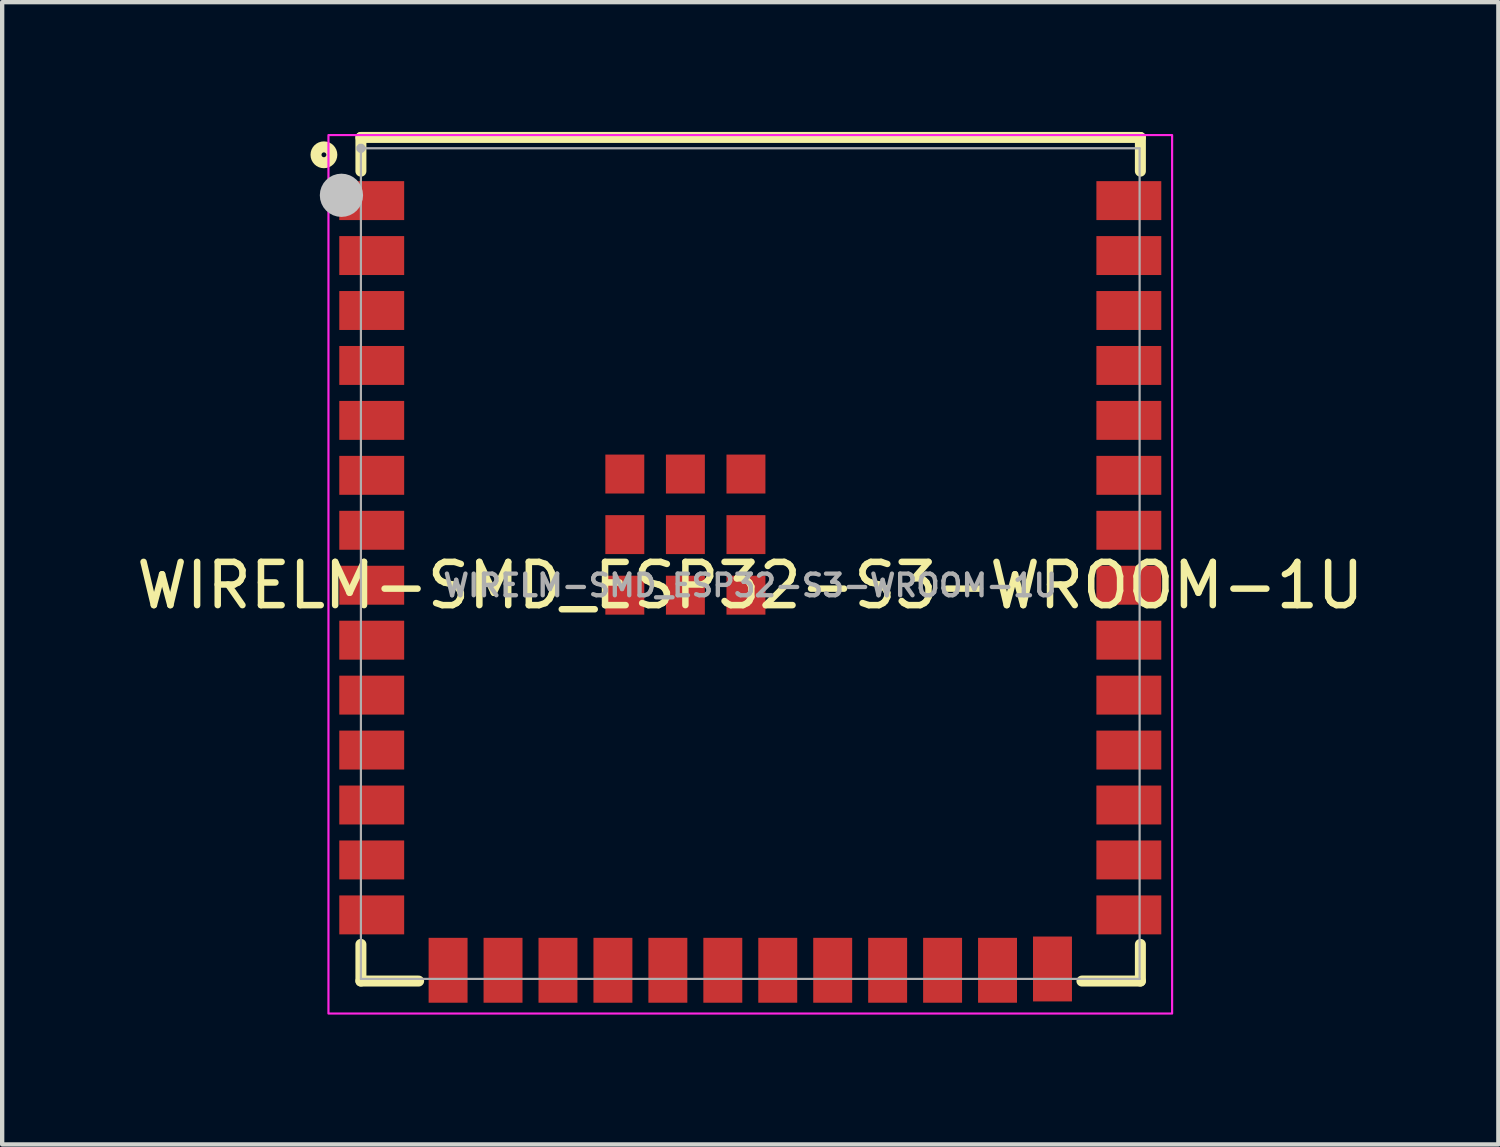
<source format=kicad_pcb>
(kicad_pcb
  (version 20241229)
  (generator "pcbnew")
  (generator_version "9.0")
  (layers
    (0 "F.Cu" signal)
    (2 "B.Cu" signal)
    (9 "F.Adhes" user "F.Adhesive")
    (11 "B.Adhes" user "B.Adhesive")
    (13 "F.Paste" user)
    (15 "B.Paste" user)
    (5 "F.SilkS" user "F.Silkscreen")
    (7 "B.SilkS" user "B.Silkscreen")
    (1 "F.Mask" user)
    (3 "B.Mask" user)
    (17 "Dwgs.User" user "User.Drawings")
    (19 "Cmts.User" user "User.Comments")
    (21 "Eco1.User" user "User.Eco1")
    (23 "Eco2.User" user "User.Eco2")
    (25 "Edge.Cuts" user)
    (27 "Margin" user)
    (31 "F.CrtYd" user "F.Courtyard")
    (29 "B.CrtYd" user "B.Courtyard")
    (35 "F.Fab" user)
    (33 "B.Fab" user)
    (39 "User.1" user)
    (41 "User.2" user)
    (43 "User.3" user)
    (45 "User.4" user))
  (footprint "WIRELM-SMD_ESP32-S3-WROOM-1U"
    (layer "F.Cu")
    (at 14.292 10.482)
    (property "Reference" "WIRELM-SMD_ESP32-S3-WROOM-1U" (at 0 0 0) (layer "F.SilkS") (effects (font (size 1 1) (thickness 0.15))))
    (fp_line (start -9 -10.355) (end 9.017 -10.355) (stroke (width 0.254) (type default)) (layer "F.SilkS"))
    (fp_line (start -9 -10.355) (end -9 -9.576) (stroke (width 0.254) (type default)) (layer "F.SilkS"))
    (fp_line (start -9 8.296) (end -9 9.144) (stroke (width 0.254) (type default)) (layer "F.SilkS"))
    (fp_line (start -9 9.144) (end -7.666 9.144) (stroke (width 0.254) (type default)) (layer "F.SilkS"))
    (fp_line (start 7.666 9.144) (end 9.017 9.144) (stroke (width 0.254) (type default)) (layer "F.SilkS"))
    (fp_line (start 9.017 -9.576) (end 9.017 -10.355) (stroke (width 0.254) (type default)) (layer "F.SilkS"))
    (fp_line (start 9.017 9.144) (end 9.017 8.296) (stroke (width 0.254) (type default)) (layer "F.SilkS"))
    (fp_circle (center -9.855 -9.954) (end -9.672 -9.954) (stroke (width 0.254) (type default)) (fill no) (layer "F.SilkS"))
    (fp_circle (center -9.45 -9.018) (end -9.2 -9.018) (stroke (width 0.5) (type default)) (fill no) (layer "Dwgs.User"))
    (fp_rect (start -9.75 -10.41) (end 9.75 9.895) (stroke (width 0.05) (type default)) (fill no) (layer "F.CrtYd"))
    (fp_line (start -9 -10.105) (end 8.999 -10.105) (stroke (width 0.051) (type default)) (layer "F.Fab"))
    (fp_line (start -9 9.095) (end -9 -10.105) (stroke (width 0.051) (type default)) (layer "F.Fab"))
    (fp_line (start 8.999 -10.105) (end 8.999 9.095) (stroke (width 0.051) (type default)) (layer "F.Fab"))
    (fp_line (start 8.999 9.095) (end -9 9.095) (stroke (width 0.051) (type default)) (layer "F.Fab"))
    (fp_poly (pts (xy -8.945 -10.128) (xy -8.978 -10.16) (xy -9.023 -10.16) (xy -9.056 -10.128) (xy -9.056 -10.082) (xy -9.023 -10.05) (xy -8.978 -10.05) (xy -8.945 -10.082)) (stroke (width 0.1) (type default)) (fill no) (layer "F.Fab"))
    (fp_poly (pts (xy -9 -9.32) (xy -8.1 -9.32) (xy -8.1 -8.47) (xy -9 -8.47)) (stroke (width 0.1) (type default)) (fill no) (layer "User.1"))
    (fp_poly (pts (xy -9 -8.05) (xy -8.1 -8.05) (xy -8.1 -7.2) (xy -9 -7.2)) (stroke (width 0.1) (type default)) (fill no) (layer "User.1"))
    (fp_poly (pts (xy -9 -6.78) (xy -8.1 -6.78) (xy -8.1 -5.93) (xy -9 -5.93)) (stroke (width 0.1) (type default)) (fill no) (layer "User.1"))
    (fp_poly (pts (xy -9 -5.51) (xy -8.1 -5.51) (xy -8.1 -4.66) (xy -9 -4.66)) (stroke (width 0.1) (type default)) (fill no) (layer "User.1"))
    (fp_poly (pts (xy -9 -4.24) (xy -8.1 -4.24) (xy -8.1 -3.39) (xy -9 -3.39)) (stroke (width 0.1) (type default)) (fill no) (layer "User.1"))
    (fp_poly (pts (xy -9 -2.97) (xy -8.1 -2.97) (xy -8.1 -2.12) (xy -9 -2.12)) (stroke (width 0.1) (type default)) (fill no) (layer "User.1"))
    (fp_poly (pts (xy -9 -1.7) (xy -8.1 -1.7) (xy -8.1 -0.85) (xy -9 -0.85)) (stroke (width 0.1) (type default)) (fill no) (layer "User.1"))
    (fp_poly (pts (xy -9 -0.43) (xy -8.1 -0.43) (xy -8.1 0.42) (xy -9 0.42)) (stroke (width 0.1) (type default)) (fill no) (layer "User.1"))
    (fp_poly (pts (xy -9 0.84) (xy -8.1 0.84) (xy -8.1 1.69) (xy -9 1.69)) (stroke (width 0.1) (type default)) (fill no) (layer "User.1"))
    (fp_poly (pts (xy -9 2.11) (xy -8.1 2.11) (xy -8.1 2.96) (xy -9 2.96)) (stroke (width 0.1) (type default)) (fill no) (layer "User.1"))
    (fp_poly (pts (xy -9 3.38) (xy -8.1 3.38) (xy -8.1 4.23) (xy -9 4.23)) (stroke (width 0.1) (type default)) (fill no) (layer "User.1"))
    (fp_poly (pts (xy -9 4.65) (xy -8.1 4.65) (xy -8.1 5.5) (xy -9 5.5)) (stroke (width 0.1) (type default)) (fill no) (layer "User.1"))
    (fp_poly (pts (xy -9 5.92) (xy -8.1 5.92) (xy -8.1 6.77) (xy -9 6.77)) (stroke (width 0.1) (type default)) (fill no) (layer "User.1"))
    (fp_poly (pts (xy -9 7.19) (xy -8.1 7.19) (xy -8.1 8.04) (xy -9 8.04)) (stroke (width 0.1) (type default)) (fill no) (layer "User.1"))
    (fp_poly (pts (xy -6.56 8.195) (xy -6.56 9.095) (xy -7.41 9.095) (xy -7.41 8.195)) (stroke (width 0.1) (type default)) (fill no) (layer "User.1"))
    (fp_poly (pts (xy -5.29 8.195) (xy -5.29 9.095) (xy -6.14 9.095) (xy -6.14 8.195)) (stroke (width 0.1) (type default)) (fill no) (layer "User.1"))
    (fp_poly (pts (xy -4.02 8.195) (xy -4.02 9.095) (xy -4.87 9.095) (xy -4.87 8.195)) (stroke (width 0.1) (type default)) (fill no) (layer "User.1"))
    (fp_poly (pts (xy -3.35 -2.125) (xy -3.35 -3.025) (xy -2.45 -3.025) (xy -2.45 -2.125)) (stroke (width 0.1) (type default)) (fill no) (layer "User.1"))
    (fp_poly (pts (xy -3.35 -0.725) (xy -3.35 -1.625) (xy -2.45 -1.625) (xy -2.45 -0.725)) (stroke (width 0.1) (type default)) (fill no) (layer "User.1"))
    (fp_poly (pts (xy -3.35 0.675) (xy -3.35 -0.225) (xy -2.45 -0.225) (xy -2.45 0.675)) (stroke (width 0.1) (type default)) (fill no) (layer "User.1"))
    (fp_poly (pts (xy -2.75 8.195) (xy -2.75 9.095) (xy -3.6 9.095) (xy -3.6 8.195)) (stroke (width 0.1) (type default)) (fill no) (layer "User.1"))
    (fp_poly (pts (xy -1.95 -2.125) (xy -1.95 -3.025) (xy -1.05 -3.025) (xy -1.05 -2.125)) (stroke (width 0.1) (type default)) (fill no) (layer "User.1"))
    (fp_poly (pts (xy -1.95 -0.725) (xy -1.95 -1.625) (xy -1.05 -1.625) (xy -1.05 -0.725)) (stroke (width 0.1) (type default)) (fill no) (layer "User.1"))
    (fp_poly (pts (xy -1.95 0.675) (xy -1.95 -0.225) (xy -1.05 -0.225) (xy -1.05 0.675)) (stroke (width 0.1) (type default)) (fill no) (layer "User.1"))
    (fp_poly (pts (xy -1.48 8.195) (xy -1.48 9.095) (xy -2.33 9.095) (xy -2.33 8.195)) (stroke (width 0.1) (type default)) (fill no) (layer "User.1"))
    (fp_poly (pts (xy -0.55 -2.125) (xy -0.55 -3.025) (xy 0.35 -3.025) (xy 0.35 -2.125)) (stroke (width 0.1) (type default)) (fill no) (layer "User.1"))
    (fp_poly (pts (xy -0.55 -0.725) (xy -0.55 -1.625) (xy 0.35 -1.625) (xy 0.35 -0.725)) (stroke (width 0.1) (type default)) (fill no) (layer "User.1"))
    (fp_poly (pts (xy -0.55 0.675) (xy -0.55 -0.225) (xy 0.35 -0.225) (xy 0.35 0.675)) (stroke (width 0.1) (type default)) (fill no) (layer "User.1"))
    (fp_poly (pts (xy -0.21 8.195) (xy -0.21 9.095) (xy -1.06 9.095) (xy -1.06 8.195)) (stroke (width 0.1) (type default)) (fill no) (layer "User.1"))
    (fp_poly (pts (xy 1.06 8.195) (xy 1.06 9.095) (xy 0.21 9.095) (xy 0.21 8.195)) (stroke (width 0.1) (type default)) (fill no) (layer "User.1"))
    (fp_poly (pts (xy 2.33 8.195) (xy 2.33 9.095) (xy 1.48 9.095) (xy 1.48 8.195)) (stroke (width 0.1) (type default)) (fill no) (layer "User.1"))
    (fp_poly (pts (xy 3.6 8.195) (xy 3.6 9.095) (xy 2.75 9.095) (xy 2.75 8.195)) (stroke (width 0.1) (type default)) (fill no) (layer "User.1"))
    (fp_poly (pts (xy 4.87 8.195) (xy 4.87 9.095) (xy 4.02 9.095) (xy 4.02 8.195)) (stroke (width 0.1) (type default)) (fill no) (layer "User.1"))
    (fp_poly (pts (xy 6.14 8.195) (xy 6.14 9.095) (xy 5.29 9.095) (xy 5.29 8.195)) (stroke (width 0.1) (type default)) (fill no) (layer "User.1"))
    (fp_poly (pts (xy 7.41 8.195) (xy 7.41 9.095) (xy 6.56 9.095) (xy 6.56 8.195)) (stroke (width 0.1) (type default)) (fill no) (layer "User.1"))
    (fp_poly (pts (xy 8.999 -8.47) (xy 8.1 -8.47) (xy 8.1 -9.32) (xy 8.999 -9.32)) (stroke (width 0.1) (type default)) (fill no) (layer "User.1"))
    (fp_poly (pts (xy 8.999 -7.2) (xy 8.1 -7.2) (xy 8.1 -8.05) (xy 8.999 -8.05)) (stroke (width 0.1) (type default)) (fill no) (layer "User.1"))
    (fp_poly (pts (xy 8.999 -5.93) (xy 8.1 -5.93) (xy 8.1 -6.78) (xy 8.999 -6.78)) (stroke (width 0.1) (type default)) (fill no) (layer "User.1"))
    (fp_poly (pts (xy 8.999 -4.66) (xy 8.1 -4.66) (xy 8.1 -5.51) (xy 8.999 -5.51)) (stroke (width 0.1) (type default)) (fill no) (layer "User.1"))
    (fp_poly (pts (xy 8.999 -3.39) (xy 8.1 -3.39) (xy 8.1 -4.24) (xy 8.999 -4.24)) (stroke (width 0.1) (type default)) (fill no) (layer "User.1"))
    (fp_poly (pts (xy 8.999 -2.12) (xy 8.1 -2.12) (xy 8.1 -2.97) (xy 8.999 -2.97)) (stroke (width 0.1) (type default)) (fill no) (layer "User.1"))
    (fp_poly (pts (xy 8.999 -0.85) (xy 8.1 -0.85) (xy 8.1 -1.7) (xy 8.999 -1.7)) (stroke (width 0.1) (type default)) (fill no) (layer "User.1"))
    (fp_poly (pts (xy 8.999 0.42) (xy 8.1 0.42) (xy 8.1 -0.43) (xy 8.999 -0.43)) (stroke (width 0.1) (type default)) (fill no) (layer "User.1"))
    (fp_poly (pts (xy 8.999 1.69) (xy 8.1 1.69) (xy 8.1 0.84) (xy 8.999 0.84)) (stroke (width 0.1) (type default)) (fill no) (layer "User.1"))
    (fp_poly (pts (xy 8.999 2.96) (xy 8.1 2.96) (xy 8.1 2.11) (xy 8.999 2.11)) (stroke (width 0.1) (type default)) (fill no) (layer "User.1"))
    (fp_poly (pts (xy 8.999 4.23) (xy 8.1 4.23) (xy 8.1 3.38) (xy 8.999 3.38)) (stroke (width 0.1) (type default)) (fill no) (layer "User.1"))
    (fp_poly (pts (xy 8.999 5.5) (xy 8.1 5.5) (xy 8.1 4.65) (xy 8.999 4.65)) (stroke (width 0.1) (type default)) (fill no) (layer "User.1"))
    (fp_poly (pts (xy 8.999 6.77) (xy 8.1 6.77) (xy 8.1 5.92) (xy 8.999 5.92)) (stroke (width 0.1) (type default)) (fill no) (layer "User.1"))
    (fp_poly (pts (xy 8.999 8.04) (xy 8.1 8.04) (xy 8.1 7.19) (xy 8.999 7.19)) (stroke (width 0.1) (type default)) (fill no) (layer "User.1"))
    (fp_text user "${REFERENCE}" (at 0 0 0) (layer "F.Fab") (effects (font (size 0.5 0.5) (thickness 0.1))))
    (pad "1" smd rect (at -8.75 -8.895) (size 1.5 0.9) (layers "F.Cu" "F.Mask" "F.Paste"))
    (pad "2" smd rect (at -8.75 -7.625) (size 1.5 0.9) (layers "F.Cu" "F.Mask" "F.Paste"))
    (pad "3" smd rect (at -8.75 -6.355) (size 1.5 0.9) (layers "F.Cu" "F.Mask" "F.Paste"))
    (pad "4" smd rect (at -8.75 -5.085) (size 1.5 0.9) (layers "F.Cu" "F.Mask" "F.Paste"))
    (pad "5" smd rect (at -8.75 -3.815) (size 1.5 0.9) (layers "F.Cu" "F.Mask" "F.Paste"))
    (pad "6" smd rect (at -8.75 -2.545) (size 1.5 0.9) (layers "F.Cu" "F.Mask" "F.Paste"))
    (pad "7" smd rect (at -8.75 -1.275) (size 1.5 0.9) (layers "F.Cu" "F.Mask" "F.Paste"))
    (pad "8" smd rect (at -8.75 -0.005) (size 1.5 0.9) (layers "F.Cu" "F.Mask" "F.Paste"))
    (pad "9" smd rect (at -8.75 1.265) (size 1.5 0.9) (layers "F.Cu" "F.Mask" "F.Paste"))
    (pad "10" smd rect (at -8.75 2.535) (size 1.5 0.9) (layers "F.Cu" "F.Mask" "F.Paste"))
    (pad "11" smd rect (at -8.75 3.805) (size 1.5 0.9) (layers "F.Cu" "F.Mask" "F.Paste"))
    (pad "12" smd rect (at -8.75 5.075) (size 1.5 0.9) (layers "F.Cu" "F.Mask" "F.Paste"))
    (pad "13" smd rect (at -8.75 6.345) (size 1.5 0.9) (layers "F.Cu" "F.Mask" "F.Paste"))
    (pad "14" smd rect (at -8.75 7.615) (size 1.5 0.9) (layers "F.Cu" "F.Mask" "F.Paste"))
    (pad "15" smd rect (at -6.985 8.895 90) (size 1.5 0.9) (layers "F.Cu" "F.Mask" "F.Paste"))
    (pad "16" smd rect (at -5.715 8.895 90) (size 1.5 0.9) (layers "F.Cu" "F.Mask" "F.Paste"))
    (pad "17" smd rect (at -4.445 8.895 90) (size 1.5 0.9) (layers "F.Cu" "F.Mask" "F.Paste"))
    (pad "18" smd rect (at -3.175 8.895 90) (size 1.5 0.9) (layers "F.Cu" "F.Mask" "F.Paste"))
    (pad "19" smd rect (at -1.905 8.895 90) (size 1.5 0.9) (layers "F.Cu" "F.Mask" "F.Paste"))
    (pad "20" smd rect (at -0.635 8.895 90) (size 1.5 0.9) (layers "F.Cu" "F.Mask" "F.Paste"))
    (pad "21" smd rect (at 0.635 8.895 90) (size 1.5 0.9) (layers "F.Cu" "F.Mask" "F.Paste"))
    (pad "22" smd rect (at 1.905 8.895 90) (size 1.5 0.9) (layers "F.Cu" "F.Mask" "F.Paste"))
    (pad "23" smd rect (at 3.175 8.895 90) (size 1.5 0.9) (layers "F.Cu" "F.Mask" "F.Paste"))
    (pad "24" smd rect (at 4.445 8.895 90) (size 1.5 0.9) (layers "F.Cu" "F.Mask" "F.Paste"))
    (pad "25" smd rect (at 5.715 8.895 90) (size 1.5 0.9) (layers "F.Cu" "F.Mask" "F.Paste"))
    (pad "26" smd rect (at 6.985 8.865 90) (size 1.5 0.9) (layers "F.Cu" "F.Mask" "F.Paste"))
    (pad "27" smd rect (at 8.75 7.615 180) (size 1.5 0.9) (layers "F.Cu" "F.Mask" "F.Paste"))
    (pad "28" smd rect (at 8.75 6.345 180) (size 1.5 0.9) (layers "F.Cu" "F.Mask" "F.Paste"))
    (pad "29" smd rect (at 8.75 5.075 180) (size 1.5 0.9) (layers "F.Cu" "F.Mask" "F.Paste"))
    (pad "30" smd rect (at 8.75 3.805 180) (size 1.5 0.9) (layers "F.Cu" "F.Mask" "F.Paste"))
    (pad "31" smd rect (at 8.75 2.535 180) (size 1.5 0.9) (layers "F.Cu" "F.Mask" "F.Paste"))
    (pad "32" smd rect (at 8.75 1.265 180) (size 1.5 0.9) (layers "F.Cu" "F.Mask" "F.Paste"))
    (pad "33" smd rect (at 8.75 -0.005 180) (size 1.5 0.9) (layers "F.Cu" "F.Mask" "F.Paste"))
    (pad "34" smd rect (at 8.75 -1.275 180) (size 1.5 0.9) (layers "F.Cu" "F.Mask" "F.Paste"))
    (pad "35" smd rect (at 8.75 -2.545 180) (size 1.5 0.9) (layers "F.Cu" "F.Mask" "F.Paste"))
    (pad "36" smd rect (at 8.75 -3.815 180) (size 1.5 0.9) (layers "F.Cu" "F.Mask" "F.Paste"))
    (pad "37" smd rect (at 8.75 -5.085 180) (size 1.5 0.9) (layers "F.Cu" "F.Mask" "F.Paste"))
    (pad "38" smd rect (at 8.75 -6.355 180) (size 1.5 0.9) (layers "F.Cu" "F.Mask" "F.Paste"))
    (pad "39" smd rect (at 8.75 -7.625 180) (size 1.5 0.9) (layers "F.Cu" "F.Mask" "F.Paste"))
    (pad "40" smd rect (at 8.75 -8.895 180) (size 1.5 0.9) (layers "F.Cu" "F.Mask" "F.Paste"))
    (pad "41" smd rect (at -2.9 -2.575 90) (size 0.9 0.9) (layers "F.Cu" "F.Mask" "F.Paste"))
    (pad "41" smd rect (at -2.9 -1.175 90) (size 0.9 0.9) (layers "F.Cu" "F.Mask" "F.Paste"))
    (pad "41" smd rect (at -2.9 0.225 90) (size 0.9 0.9) (layers "F.Cu" "F.Mask" "F.Paste"))
    (pad "41" smd rect (at -1.5 -2.575 90) (size 0.9 0.9) (layers "F.Cu" "F.Mask" "F.Paste"))
    (pad "41" smd rect (at -1.5 -1.175 90) (size 0.9 0.9) (layers "F.Cu" "F.Mask" "F.Paste"))
    (pad "41" smd rect (at -1.5 0.225 90) (size 0.9 0.9) (layers "F.Cu" "F.Mask" "F.Paste"))
    (pad "41" smd rect (at -0.1 -2.575 90) (size 0.9 0.9) (layers "F.Cu" "F.Mask" "F.Paste"))
    (pad "41" smd rect (at -0.1 -1.175 90) (size 0.9 0.9) (layers "F.Cu" "F.Mask" "F.Paste"))
    (pad "41" smd rect (at -0.1 0.225 90) (size 0.9 0.9) (layers "F.Cu" "F.Mask" "F.Paste")))
  (gr_rect
    (start -3 -3)
    (end 31.583 23.402)
    (stroke (width 0.1) (type default))
    (fill no)
    (layer "Edge.Cuts")))
</source>
